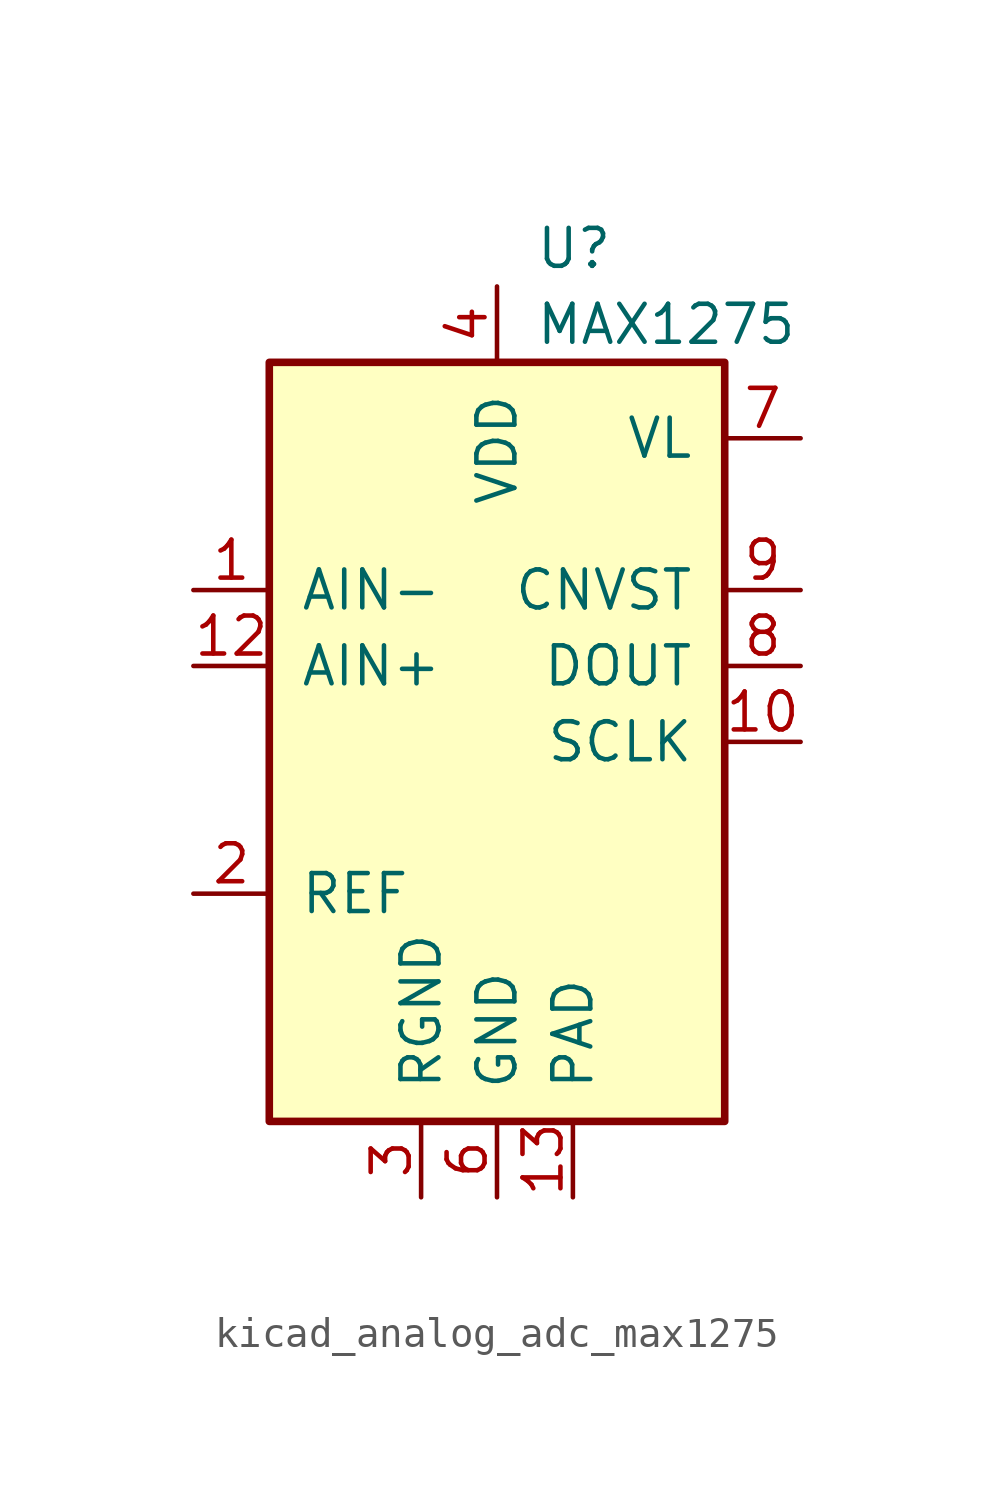
<source format=kicad_sym>
(kicad_symbol_lib
  (version 20220914)
  (generator kicad_symbol_editor)
  (symbol "kicad_analog_adc_max1275"
    (pin_names
      (offset 1.016))
    (property "Reference" "U"
      (at 1.27 16.51 0)
      (effects (font (size 1.27 1.27)) (justify left)))
    (property "Value" "MAX1275"
      (at 1.27 13.97 0)
      (effects (font (size 1.27 1.27)) (justify left)))
    (symbol "kicad_analog_adc_max1275_1_1"
      (rectangle (start -7.62 12.7) (end 7.62 -12.7) (stroke (width 0.254) (type default)) (fill (type background)))
      (pin input line (at -10.16 5.08 0) (length 2.54) (name "AIN-" (effects (font (size 1.27 1.27)))) (number "1" (effects (font (size 1.27 1.27)))))
      (pin input line (at 10.16 0 180) (length 2.54) (name "SCLK" (effects (font (size 1.27 1.27)))) (number "10" (effects (font (size 1.27 1.27)))))
      (pin no_connect line (at 7.62 -5.08 180) (length 2.54) hide (name "NC" (effects (font (size 1.27 1.27)))) (number "11" (effects (font (size 1.27 1.27)))))
      (pin input line (at -10.16 2.54 0) (length 2.54) (name "AIN+" (effects (font (size 1.27 1.27)))) (number "12" (effects (font (size 1.27 1.27)))))
      (pin power_in line (at 2.54 -15.24 90) (length 2.54) (name "PAD" (effects (font (size 1.27 1.27)))) (number "13" (effects (font (size 1.27 1.27)))))
      (pin input line (at -10.16 -5.08 0) (length 2.54) (name "REF" (effects (font (size 1.27 1.27)))) (number "2" (effects (font (size 1.27 1.27)))))
      (pin power_in line (at -2.54 -15.24 90) (length 2.54) (name "RGND" (effects (font (size 1.27 1.27)))) (number "3" (effects (font (size 1.27 1.27)))))
      (pin power_in line (at 0 15.24 270) (length 2.54) (name "VDD" (effects (font (size 1.27 1.27)))) (number "4" (effects (font (size 1.27 1.27)))))
      (pin no_connect line (at 7.62 -7.62 180) (length 2.54) hide (name "NC" (effects (font (size 1.27 1.27)))) (number "5" (effects (font (size 1.27 1.27)))))
      (pin power_in line (at 0 -15.24 90) (length 2.54) (name "GND" (effects (font (size 1.27 1.27)))) (number "6" (effects (font (size 1.27 1.27)))))
      (pin power_in line (at 10.16 10.16 180) (length 2.54) (name "VL" (effects (font (size 1.27 1.27)))) (number "7" (effects (font (size 1.27 1.27)))))
      (pin output line (at 10.16 2.54 180) (length 2.54) (name "DOUT" (effects (font (size 1.27 1.27)))) (number "8" (effects (font (size 1.27 1.27)))))
      (pin input line (at 10.16 5.08 180) (length 2.54) (name "CNVST" (effects (font (size 1.27 1.27)))) (number "9" (effects (font (size 1.27 1.27))))))))
</source>
